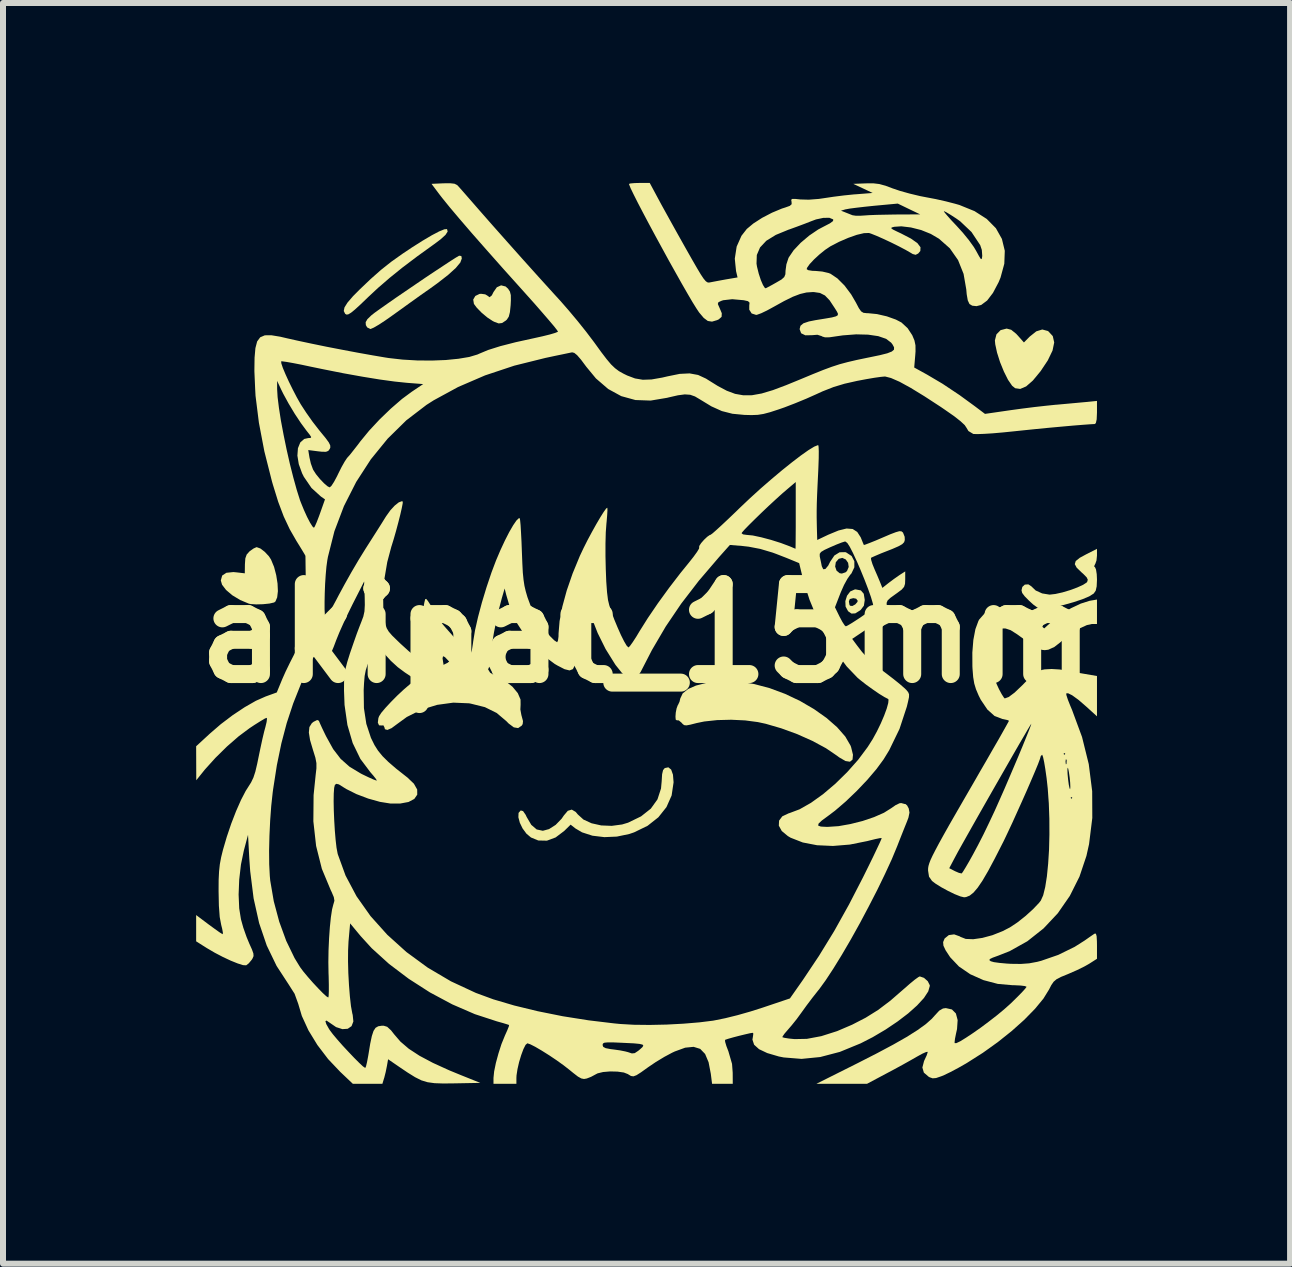
<source format=kicad_pcb>
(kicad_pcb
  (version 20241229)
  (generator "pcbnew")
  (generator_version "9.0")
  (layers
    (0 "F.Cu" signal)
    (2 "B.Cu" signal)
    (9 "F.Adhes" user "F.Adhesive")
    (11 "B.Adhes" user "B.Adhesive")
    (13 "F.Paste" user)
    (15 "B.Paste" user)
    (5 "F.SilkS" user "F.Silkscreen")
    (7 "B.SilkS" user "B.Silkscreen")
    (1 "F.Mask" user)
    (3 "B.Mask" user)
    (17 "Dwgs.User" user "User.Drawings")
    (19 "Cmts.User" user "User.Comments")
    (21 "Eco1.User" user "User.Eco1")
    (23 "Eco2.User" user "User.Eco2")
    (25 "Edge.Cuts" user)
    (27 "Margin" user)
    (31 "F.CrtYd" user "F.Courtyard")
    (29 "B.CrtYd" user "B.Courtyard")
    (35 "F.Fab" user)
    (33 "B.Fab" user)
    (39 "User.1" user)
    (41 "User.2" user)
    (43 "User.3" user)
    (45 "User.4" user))
  (footprint "akipat_15mm"
    (layer "F.Cu")
    (at 7.729 7.509)
    (property "Reference" "akipat_15mm" (at 0 0 0) (layer "F.SilkS") (effects (font (size 1.5 1.5) (thickness 0.3))))
    (attr board_only exclude_from_pos_files exclude_from_bom)
    (fp_poly (pts (xy -2.35 -5.783) (xy -2.309 -5.746) (xy -2.278 -5.698) (xy -2.263 -5.639) (xy -2.262 -5.552) (xy -2.266 -5.472) (xy -2.278 -5.355) (xy -2.297 -5.28) (xy -2.328 -5.232) (xy -2.346 -5.215) (xy -2.409 -5.174) (xy -2.466 -5.167) (xy -2.541 -5.195) (xy -2.566 -5.208) (xy -2.653 -5.265) (xy -2.748 -5.344) (xy -2.83 -5.428) (xy -2.878 -5.492) (xy -2.89 -5.565) (xy -2.855 -5.625) (xy -2.785 -5.659) (xy -2.758 -5.661) (xy -2.69 -5.652) (xy -2.654 -5.631) (xy -2.619 -5.604) (xy -2.58 -5.634) (xy -2.552 -5.69) (xy -2.496 -5.77) (xy -2.425 -5.802)) (stroke (width 0) (type solid)) (fill yes) (layer "F.SilkS"))
    (fp_poly (pts (xy 3.573 -0.716) (xy 3.621 -0.66) (xy 3.637 -0.559) (xy 3.637 -0.554) (xy 3.623 -0.461) (xy 3.573 -0.395) (xy 3.56 -0.383) (xy 3.479 -0.333) (xy 3.416 -0.33) (xy 3.36 -0.369) (xy 3.318 -0.446) (xy 3.314 -0.533) (xy 3.373 -0.533) (xy 3.382 -0.478) (xy 3.392 -0.461) (xy 3.43 -0.456) (xy 3.48 -0.483) (xy 3.515 -0.524) (xy 3.52 -0.544) (xy 3.494 -0.578) (xy 3.446 -0.587) (xy 3.388 -0.572) (xy 3.373 -0.533) (xy 3.314 -0.533) (xy 3.314 -0.538) (xy 3.342 -0.628) (xy 3.396 -0.699) (xy 3.471 -0.732) (xy 3.486 -0.733)) (stroke (width 0) (type solid)) (fill yes) (layer "F.SilkS"))
    (fp_poly (pts (xy 6.079 -5.061) (xy 6.161 -4.995) (xy 6.188 -4.966) (xy 6.291 -4.85) (xy 6.387 -4.947) (xy 6.497 -5.035) (xy 6.597 -5.066) (xy 6.69 -5.041) (xy 6.699 -5.035) (xy 6.772 -4.956) (xy 6.796 -4.85) (xy 6.768 -4.715) (xy 6.689 -4.551) (xy 6.569 -4.371) (xy 6.441 -4.216) (xy 6.328 -4.117) (xy 6.229 -4.075) (xy 6.145 -4.087) (xy 6.094 -4.128) (xy 6.026 -4.227) (xy 5.957 -4.365) (xy 5.893 -4.522) (xy 5.843 -4.68) (xy 5.813 -4.819) (xy 5.807 -4.884) (xy 5.833 -4.985) (xy 5.902 -5.055) (xy 6.002 -5.081) (xy 6.004 -5.081)) (stroke (width 0) (type solid)) (fill yes) (layer "F.SilkS"))
    (fp_poly (pts (xy -3.326 -6.738) (xy -3.316 -6.699) (xy -3.352 -6.643) (xy -3.435 -6.568) (xy -3.539 -6.49) (xy -3.826 -6.283) (xy -4.072 -6.097) (xy -4.285 -5.925) (xy -4.477 -5.759) (xy -4.638 -5.609) (xy -4.766 -5.486) (xy -4.86 -5.4) (xy -4.926 -5.346) (xy -4.971 -5.319) (xy -5.001 -5.314) (xy -5.023 -5.326) (xy -5.025 -5.328) (xy -5.048 -5.374) (xy -5.036 -5.434) (xy -4.986 -5.514) (xy -4.894 -5.621) (xy -4.788 -5.728) (xy -4.599 -5.908) (xy -4.428 -6.059) (xy -4.258 -6.194) (xy -4.068 -6.329) (xy -3.914 -6.432) (xy -3.734 -6.546) (xy -3.58 -6.637) (xy -3.458 -6.701) (xy -3.372 -6.736) (xy -3.328 -6.74)) (stroke (width 0) (type solid)) (fill yes) (layer "F.SilkS"))
    (fp_poly (pts (xy -6.438 -1.415) (xy -6.365 -1.359) (xy -6.296 -1.285) (xy -6.261 -1.231) (xy -6.21 -1.108) (xy -6.174 -0.97) (xy -6.152 -0.831) (xy -6.146 -0.704) (xy -6.158 -0.6) (xy -6.187 -0.532) (xy -6.209 -0.515) (xy -6.288 -0.497) (xy -6.396 -0.486) (xy -6.508 -0.483) (xy -6.6 -0.489) (xy -6.629 -0.495) (xy -6.775 -0.556) (xy -6.906 -0.635) (xy -7.01 -0.723) (xy -7.077 -0.811) (xy -7.098 -0.882) (xy -7.075 -0.964) (xy -7.005 -1.01) (xy -6.889 -1.022) (xy -6.835 -1.017) (xy -6.698 -1.001) (xy -6.696 -1.152) (xy -6.689 -1.251) (xy -6.666 -1.315) (xy -6.617 -1.369) (xy -6.616 -1.37) (xy -6.552 -1.415) (xy -6.503 -1.437) (xy -6.499 -1.437)) (stroke (width 0) (type solid)) (fill yes) (layer "F.SilkS"))
    (fp_poly (pts (xy -3.088 -6.291) (xy -3.08 -6.25) (xy -3.105 -6.182) (xy -3.181 -6.091) (xy -3.308 -5.976) (xy -3.488 -5.836) (xy -3.61 -5.748) (xy -3.764 -5.64) (xy -3.94 -5.514) (xy -4.115 -5.388) (xy -4.232 -5.304) (xy -4.354 -5.218) (xy -4.462 -5.147) (xy -4.548 -5.097) (xy -4.599 -5.075) (xy -4.604 -5.074) (xy -4.657 -5.1) (xy -4.68 -5.139) (xy -4.683 -5.188) (xy -4.654 -5.238) (xy -4.587 -5.303) (xy -4.536 -5.343) (xy -4.446 -5.408) (xy -4.325 -5.493) (xy -4.182 -5.593) (xy -4.022 -5.702) (xy -3.855 -5.816) (xy -3.689 -5.929) (xy -3.53 -6.035) (xy -3.386 -6.13) (xy -3.266 -6.209) (xy -3.178 -6.265) (xy -3.128 -6.294) (xy -3.123 -6.296)) (stroke (width 0) (type solid)) (fill yes) (layer "F.SilkS"))
    (fp_poly (pts (xy 1.609 0.815) (xy 1.795 0.845) (xy 2.052 0.913) (xy 2.31 1.009) (xy 2.559 1.127) (xy 2.792 1.263) (xy 3 1.41) (xy 3.176 1.564) (xy 3.312 1.719) (xy 3.4 1.87) (xy 3.41 1.897) (xy 3.441 2.023) (xy 3.434 2.104) (xy 3.391 2.14) (xy 3.316 2.128) (xy 3.211 2.067) (xy 3.175 2.04) (xy 2.991 1.915) (xy 2.765 1.793) (xy 2.512 1.68) (xy 2.246 1.583) (xy 1.985 1.507) (xy 1.855 1.479) (xy 1.643 1.451) (xy 1.41 1.44) (xy 1.176 1.446) (xy 0.962 1.469) (xy 0.836 1.495) (xy 0.73 1.522) (xy 0.665 1.534) (xy 0.627 1.53) (xy 0.601 1.51) (xy 0.583 1.489) (xy 0.537 1.451) (xy 0.503 1.449) (xy 0.486 1.438) (xy 0.482 1.388) (xy 0.487 1.319) (xy 0.501 1.249) (xy 0.521 1.196) (xy 0.526 1.19) (xy 0.55 1.138) (xy 0.562 1.086) (xy 0.602 1.001) (xy 0.692 0.928) (xy 0.824 0.87) (xy 0.989 0.828) (xy 1.18 0.804) (xy 1.39 0.799)) (stroke (width 0) (type solid)) (fill yes) (layer "F.SilkS"))
    (fp_poly (pts (xy 7.509 -1.297) (xy 7.501 -1.216) (xy 7.481 -1.159) (xy 7.477 -1.153) (xy 7.461 -1.118) (xy 7.477 -1.101) (xy 7.493 -1.064) (xy 7.505 -0.986) (xy 7.509 -0.897) (xy 7.504 -0.784) (xy 7.488 -0.712) (xy 7.456 -0.666) (xy 7.453 -0.663) (xy 7.38 -0.617) (xy 7.263 -0.568) (xy 7.118 -0.52) (xy 6.959 -0.475) (xy 6.8 -0.44) (xy 6.656 -0.417) (xy 6.563 -0.411) (xy 6.516 -0.43) (xy 6.446 -0.481) (xy 6.38 -0.541) (xy 6.302 -0.62) (xy 6.262 -0.674) (xy 6.251 -0.718) (xy 6.262 -0.766) (xy 6.265 -0.775) (xy 6.306 -0.813) (xy 6.365 -0.817) (xy 6.414 -0.785) (xy 6.415 -0.784) (xy 6.487 -0.715) (xy 6.595 -0.666) (xy 6.717 -0.646) (xy 6.723 -0.646) (xy 6.817 -0.657) (xy 6.934 -0.683) (xy 7.061 -0.721) (xy 7.18 -0.765) (xy 7.277 -0.809) (xy 7.337 -0.848) (xy 7.345 -0.858) (xy 7.356 -0.894) (xy 7.337 -0.934) (xy 7.281 -0.991) (xy 7.247 -1.021) (xy 7.17 -1.096) (xy 7.139 -1.154) (xy 7.155 -1.206) (xy 7.222 -1.26) (xy 7.331 -1.319) (xy 7.509 -1.409)) (stroke (width 0) (type solid)) (fill yes) (layer "F.SilkS"))
    (fp_poly (pts (xy 0.41 2.271) (xy 0.44 2.355) (xy 0.45 2.477) (xy 0.45 2.486) (xy 0.418 2.702) (xy 0.332 2.896) (xy 0.197 3.066) (xy 0.017 3.208) (xy -0.207 3.317) (xy -0.289 3.345) (xy -0.495 3.388) (xy -0.704 3.397) (xy -0.903 3.373) (xy -1.076 3.317) (xy -1.186 3.252) (xy -1.266 3.189) (xy -1.373 3.294) (xy -1.516 3.402) (xy -1.661 3.456) (xy -1.805 3.453) (xy -1.927 3.403) (xy -2.003 3.339) (xy -2.067 3.252) (xy -2.113 3.157) (xy -2.137 3.066) (xy -2.134 2.993) (xy -2.098 2.952) (xy -2.098 2.952) (xy -2.059 2.963) (xy -2.015 3.026) (xy -2 3.059) (xy -1.922 3.192) (xy -1.832 3.269) (xy -1.729 3.291) (xy -1.626 3.263) (xy -1.516 3.193) (xy -1.417 3.091) (xy -1.379 3.036) (xy -1.313 2.958) (xy -1.247 2.938) (xy -1.181 2.977) (xy -1.146 3.019) (xy -1.052 3.104) (xy -0.917 3.166) (xy -0.756 3.202) (xy -0.581 3.209) (xy -0.408 3.186) (xy -0.308 3.156) (xy -0.092 3.051) (xy 0.071 2.922) (xy 0.182 2.767) (xy 0.241 2.586) (xy 0.252 2.465) (xy 0.259 2.349) (xy 0.275 2.28) (xy 0.303 2.246) (xy 0.363 2.233)) (stroke (width 0) (type solid)) (fill yes) (layer "F.SilkS"))
    (fp_poly (pts (xy 7.509 -0.36) (xy 7.509 -0.156) (xy 7.423 -0.156) (xy 7.341 -0.138) (xy 7.231 -0.088) (xy 7.109 -0.016) (xy 6.989 0.069) (xy 6.897 0.15) (xy 6.798 0.227) (xy 6.699 0.272) (xy 6.686 0.274) (xy 6.638 0.28) (xy 6.591 0.275) (xy 6.537 0.255) (xy 6.466 0.215) (xy 6.369 0.151) (xy 6.237 0.058) (xy 6.176 0.014) (xy 6.07 -0.053) (xy 5.986 -0.081) (xy 5.941 -0.082) (xy 5.886 -0.071) (xy 5.852 -0.041) (xy 5.827 0.024) (xy 5.813 0.073) (xy 5.794 0.191) (xy 5.785 0.347) (xy 5.786 0.499) (xy 5.794 0.644) (xy 5.809 0.751) (xy 5.833 0.838) (xy 5.873 0.925) (xy 5.876 0.931) (xy 5.92 1.013) (xy 5.956 1.069) (xy 5.971 1.085) (xy 6.037 1.061) (xy 6.135 0.988) (xy 6.263 0.866) (xy 6.306 0.822) (xy 6.401 0.725) (xy 6.472 0.663) (xy 6.532 0.627) (xy 6.597 0.608) (xy 6.638 0.6) (xy 6.753 0.594) (xy 6.886 0.602) (xy 6.946 0.611) (xy 7.069 0.634) (xy 7.213 0.66) (xy 7.311 0.677) (xy 7.509 0.711) (xy 7.509 1.047) (xy 7.509 1.383) (xy 7.325 1.216) (xy 7.196 1.105) (xy 7.095 1.032) (xy 7.026 0.998) (xy 6.995 1.002) (xy 7 1.033) (xy 7.024 1.106) (xy 7.064 1.207) (xy 7.094 1.278) (xy 7.26 1.728) (xy 7.372 2.18) (xy 7.429 2.632) (xy 7.431 3.077) (xy 7.377 3.513) (xy 7.333 3.71) (xy 7.217 4.056) (xy 7.056 4.377) (xy 6.855 4.667) (xy 6.617 4.92) (xy 6.348 5.133) (xy 6.053 5.298) (xy 5.865 5.372) (xy 5.769 5.407) (xy 5.722 5.43) (xy 5.716 5.449) (xy 5.738 5.466) (xy 5.79 5.481) (xy 5.885 5.494) (xy 6.006 5.505) (xy 6.074 5.509) (xy 6.241 5.511) (xy 6.378 5.501) (xy 6.512 5.476) (xy 6.581 5.458) (xy 6.864 5.36) (xy 7.137 5.226) (xy 7.303 5.121) (xy 7.384 5.064) (xy 7.448 5.02) (xy 7.472 5.005) (xy 7.491 5.007) (xy 7.503 5.048) (xy 7.508 5.134) (xy 7.509 5.204) (xy 7.509 5.425) (xy 7.384 5.505) (xy 7.296 5.555) (xy 7.176 5.614) (xy 7.048 5.67) (xy 7.025 5.68) (xy 6.91 5.727) (xy 6.835 5.766) (xy 6.786 5.808) (xy 6.747 5.865) (xy 6.71 5.937) (xy 6.616 6.089) (xy 6.476 6.259) (xy 6.298 6.441) (xy 6.089 6.628) (xy 5.856 6.814) (xy 5.606 6.993) (xy 5.348 7.157) (xy 5.325 7.171) (xy 5.195 7.245) (xy 5.069 7.312) (xy 4.963 7.363) (xy 4.913 7.384) (xy 4.827 7.413) (xy 4.77 7.418) (xy 4.72 7.401) (xy 4.702 7.391) (xy 4.623 7.323) (xy 4.598 7.238) (xy 4.626 7.13) (xy 4.636 7.108) (xy 4.67 7.035) (xy 4.686 6.985) (xy 4.686 6.976) (xy 4.659 6.98) (xy 4.596 7.008) (xy 4.509 7.056) (xy 4.502 7.06) (xy 4.404 7.116) (xy 4.272 7.19) (xy 4.125 7.27) (xy 4.001 7.336) (xy 3.676 7.509) (xy 3.254 7.509) (xy 2.832 7.509) (xy 3.521 7.164) (xy 3.842 7) (xy 4.112 6.856) (xy 4.335 6.729) (xy 4.514 6.616) (xy 4.653 6.516) (xy 4.755 6.426) (xy 4.806 6.369) (xy 4.879 6.29) (xy 4.941 6.254) (xy 4.989 6.247) (xy 5.091 6.27) (xy 5.157 6.337) (xy 5.186 6.447) (xy 5.176 6.596) (xy 5.159 6.673) (xy 5.142 6.757) (xy 5.135 6.818) (xy 5.137 6.831) (xy 5.165 6.831) (xy 5.23 6.8) (xy 5.324 6.742) (xy 5.44 6.665) (xy 5.57 6.574) (xy 5.705 6.473) (xy 5.838 6.37) (xy 5.96 6.269) (xy 6.064 6.176) (xy 6.072 6.169) (xy 6.172 6.071) (xy 6.255 5.987) (xy 6.312 5.924) (xy 6.335 5.893) (xy 6.335 5.892) (xy 6.308 5.88) (xy 6.237 5.871) (xy 6.134 5.866) (xy 6.104 5.866) (xy 5.856 5.844) (xy 5.617 5.781) (xy 5.397 5.683) (xy 5.208 5.554) (xy 5.063 5.401) (xy 5.056 5.391) (xy 4.985 5.283) (xy 4.949 5.206) (xy 4.944 5.147) (xy 4.967 5.091) (xy 4.971 5.085) (xy 5.039 5.03) (xy 5.128 5.018) (xy 5.22 5.051) (xy 5.234 5.06) (xy 5.321 5.094) (xy 5.446 5.099) (xy 5.598 5.077) (xy 5.765 5.032) (xy 5.934 4.965) (xy 6.057 4.902) (xy 6.182 4.819) (xy 6.316 4.713) (xy 6.442 4.599) (xy 6.543 4.493) (xy 6.573 4.454) (xy 6.612 4.367) (xy 6.646 4.229) (xy 6.674 4.051) (xy 6.695 3.839) (xy 6.71 3.603) (xy 6.716 3.351) (xy 6.715 3.092) (xy 6.706 2.834) (xy 6.699 2.742) (xy 7.069 2.742) (xy 7.083 2.757) (xy 7.098 2.742) (xy 7.083 2.728) (xy 7.069 2.742) (xy 6.699 2.742) (xy 6.688 2.586) (xy 6.669 2.413) (xy 6.649 2.273) (xy 7.016 2.273) (xy 7.019 2.348) (xy 7.027 2.432) (xy 7.039 2.523) (xy 7.052 2.583) (xy 7.061 2.599) (xy 7.065 2.564) (xy 7.062 2.489) (xy 7.054 2.405) (xy 7.041 2.314) (xy 7.029 2.254) (xy 7.02 2.239) (xy 7.016 2.273) (xy 6.649 2.273) (xy 6.649 2.27) (xy 6.629 2.151) (xy 6.627 2.141) (xy 6.985 2.141) (xy 6.99 2.183) (xy 7 2.178) (xy 7.004 2.118) (xy 7 2.104) (xy 6.989 2.101) (xy 6.985 2.141) (xy 6.627 2.141) (xy 6.611 2.066) (xy 6.597 2.026) (xy 6.594 2.024) (xy 6.571 2.046) (xy 6.57 2.053) (xy 6.558 2.094) (xy 6.526 2.18) (xy 6.476 2.301) (xy 6.412 2.451) (xy 6.339 2.62) (xy 6.259 2.8) (xy 6.177 2.982) (xy 6.097 3.159) (xy 6.021 3.321) (xy 5.955 3.46) (xy 5.932 3.505) (xy 5.803 3.758) (xy 5.694 3.962) (xy 5.601 4.121) (xy 5.521 4.239) (xy 5.451 4.321) (xy 5.387 4.372) (xy 5.327 4.396) (xy 5.293 4.4) (xy 5.231 4.385) (xy 5.136 4.347) (xy 5.025 4.293) (xy 4.913 4.232) (xy 4.817 4.172) (xy 4.759 4.128) (xy 4.709 4.056) (xy 4.693 3.954) (xy 4.693 3.946) (xy 4.694 3.915) (xy 5.046 3.915) (xy 5.141 3.964) (xy 5.208 3.993) (xy 5.251 4.002) (xy 5.255 4.001) (xy 5.276 3.972) (xy 5.319 3.902) (xy 5.378 3.801) (xy 5.446 3.679) (xy 5.449 3.673) (xy 5.526 3.529) (xy 5.617 3.351) (xy 5.71 3.158) (xy 5.798 2.971) (xy 5.822 2.918) (xy 5.891 2.763) (xy 5.967 2.591) (xy 6.046 2.407) (xy 6.125 2.222) (xy 6.201 2.043) (xy 6.215 2.009) (xy 6.951 2.009) (xy 6.966 2.024) (xy 6.981 2.009) (xy 6.966 1.994) (xy 6.951 2.009) (xy 6.215 2.009) (xy 6.27 1.877) (xy 6.329 1.732) (xy 6.375 1.617) (xy 6.405 1.539) (xy 6.414 1.507) (xy 6.414 1.506) (xy 6.399 1.529) (xy 6.358 1.597) (xy 6.296 1.704) (xy 6.215 1.842) (xy 6.12 2.007) (xy 6.014 2.192) (xy 5.9 2.391) (xy 5.782 2.597) (xy 5.664 2.804) (xy 5.549 3.006) (xy 5.441 3.197) (xy 5.343 3.371) (xy 5.259 3.52) (xy 5.192 3.64) (xy 5.147 3.724) (xy 5.141 3.735) (xy 5.046 3.915) (xy 4.694 3.915) (xy 4.694 3.913) (xy 4.7 3.877) (xy 4.713 3.833) (xy 4.734 3.778) (xy 4.767 3.707) (xy 4.813 3.617) (xy 4.874 3.502) (xy 4.953 3.359) (xy 5.052 3.183) (xy 5.174 2.971) (xy 5.32 2.718) (xy 5.493 2.419) (xy 5.546 2.326) (xy 5.664 2.123) (xy 5.771 1.936) (xy 5.866 1.772) (xy 5.943 1.636) (xy 6 1.534) (xy 6.034 1.473) (xy 6.042 1.457) (xy 6.016 1.445) (xy 5.952 1.431) (xy 5.932 1.427) (xy 5.801 1.377) (xy 5.681 1.269) (xy 5.572 1.107) (xy 5.537 1.038) (xy 5.492 0.932) (xy 5.463 0.836) (xy 5.445 0.729) (xy 5.434 0.589) (xy 5.432 0.55) (xy 5.431 0.32) (xy 5.448 0.109) (xy 5.482 -0.07) (xy 5.532 -0.206) (xy 5.545 -0.23) (xy 5.646 -0.345) (xy 5.776 -0.415) (xy 5.928 -0.438) (xy 6.095 -0.415) (xy 6.272 -0.347) (xy 6.45 -0.234) (xy 6.505 -0.189) (xy 6.629 -0.083) (xy 6.778 -0.217) (xy 6.915 -0.323) (xy 7.075 -0.419) (xy 7.238 -0.496) (xy 7.383 -0.542) (xy 7.399 -0.545) (xy 7.509 -0.564)) (stroke (width 0) (type solid)) (fill yes) (layer "F.SilkS"))
    (fp_poly (pts (xy 0.191 -7.252) (xy 0.247 -7.148) (xy 0.326 -7.005) (xy 0.42 -6.835) (xy 0.523 -6.65) (xy 0.628 -6.463) (xy 0.655 -6.415) (xy 0.761 -6.228) (xy 0.843 -6.086) (xy 0.904 -5.984) (xy 0.95 -5.915) (xy 0.985 -5.873) (xy 1.012 -5.853) (xy 1.037 -5.848) (xy 1.056 -5.851) (xy 1.123 -5.864) (xy 1.224 -5.883) (xy 1.323 -5.901) (xy 1.517 -5.934) (xy 1.492 -6.039) (xy 1.479 -6.164) (xy 1.833 -6.164) (xy 1.841 -6.114) (xy 1.87 -5.997) (xy 1.905 -5.89) (xy 1.941 -5.807) (xy 1.972 -5.759) (xy 1.987 -5.753) (xy 2.023 -5.772) (xy 2.094 -5.81) (xy 2.163 -5.849) (xy 2.249 -5.899) (xy 2.295 -5.94) (xy 2.314 -5.986) (xy 2.317 -6.048) (xy 2.331 -6.152) (xy 2.366 -6.258) (xy 2.373 -6.271) (xy 2.452 -6.387) (xy 2.57 -6.512) (xy 2.712 -6.632) (xy 2.861 -6.733) (xy 2.95 -6.78) (xy 3.056 -6.835) (xy 3.109 -6.874) (xy 3.112 -6.901) (xy 3.112 -6.901) (xy 3.048 -6.928) (xy 2.948 -6.927) (xy 2.825 -6.901) (xy 2.742 -6.87) (xy 2.64 -6.83) (xy 2.509 -6.781) (xy 2.377 -6.733) (xy 2.369 -6.731) (xy 2.155 -6.643) (xy 1.996 -6.545) (xy 1.892 -6.434) (xy 1.838 -6.308) (xy 1.833 -6.164) (xy 1.479 -6.164) (xy 1.471 -6.248) (xy 1.502 -6.448) (xy 1.582 -6.628) (xy 1.671 -6.742) (xy 1.78 -6.833) (xy 1.926 -6.927) (xy 2.091 -7.013) (xy 2.172 -7.047) (xy 3.241 -7.047) (xy 3.314 -7.018) (xy 3.387 -6.989) (xy 3.432 -6.971) (xy 3.485 -6.963) (xy 3.572 -6.963) (xy 3.622 -6.966) (xy 3.708 -6.972) (xy 3.836 -6.977) (xy 3.989 -6.98) (xy 4.151 -6.983) (xy 4.165 -6.983) (xy 4.561 -6.985) (xy 4.449 -7.039) (xy 4.956 -7.039) (xy 4.966 -7.02) (xy 5.01 -6.967) (xy 5.08 -6.888) (xy 5.166 -6.797) (xy 5.273 -6.679) (xy 5.374 -6.555) (xy 5.456 -6.441) (xy 5.493 -6.379) (xy 5.543 -6.288) (xy 5.571 -6.243) (xy 5.586 -6.239) (xy 5.594 -6.272) (xy 5.596 -6.297) (xy 5.589 -6.393) (xy 5.562 -6.473) (xy 5.417 -6.691) (xy 5.227 -6.871) (xy 5.162 -6.917) (xy 5.071 -6.976) (xy 4.998 -7.02) (xy 4.959 -7.039) (xy 4.956 -7.039) (xy 4.449 -7.039) (xy 4.374 -7.075) (xy 4.188 -7.165) (xy 3.79 -7.128) (xy 3.637 -7.112) (xy 3.499 -7.096) (xy 3.39 -7.082) (xy 3.324 -7.07) (xy 3.317 -7.069) (xy 3.241 -7.047) (xy 2.172 -7.047) (xy 2.256 -7.082) (xy 2.31 -7.099) (xy 2.388 -7.127) (xy 2.419 -7.155) (xy 2.417 -7.194) (xy 2.417 -7.195) (xy 2.411 -7.228) (xy 2.427 -7.242) (xy 2.478 -7.243) (xy 2.563 -7.234) (xy 2.704 -7.23) (xy 2.874 -7.243) (xy 2.969 -7.257) (xy 3.117 -7.279) (xy 3.291 -7.301) (xy 3.458 -7.318) (xy 3.49 -7.32) (xy 3.769 -7.342) (xy 3.608 -7.418) (xy 3.446 -7.494) (xy 3.657 -7.502) (xy 3.779 -7.503) (xy 3.88 -7.491) (xy 3.986 -7.462) (xy 4.097 -7.42) (xy 4.227 -7.376) (xy 4.389 -7.331) (xy 4.56 -7.29) (xy 4.658 -7.271) (xy 4.821 -7.24) (xy 4.99 -7.202) (xy 5.141 -7.163) (xy 5.215 -7.142) (xy 5.468 -7.039) (xy 5.671 -6.909) (xy 5.824 -6.754) (xy 5.924 -6.576) (xy 5.972 -6.378) (xy 5.964 -6.162) (xy 5.901 -5.931) (xy 5.869 -5.854) (xy 5.775 -5.676) (xy 5.678 -5.549) (xy 5.579 -5.475) (xy 5.5 -5.455) (xy 5.429 -5.463) (xy 5.383 -5.491) (xy 5.355 -5.551) (xy 5.337 -5.654) (xy 5.33 -5.734) (xy 5.285 -5.993) (xy 5.193 -6.223) (xy 5.055 -6.42) (xy 4.875 -6.579) (xy 4.739 -6.659) (xy 4.578 -6.724) (xy 4.407 -6.767) (xy 4.247 -6.786) (xy 4.129 -6.778) (xy 4.088 -6.767) (xy 4.078 -6.755) (xy 4.106 -6.733) (xy 4.177 -6.698) (xy 4.243 -6.667) (xy 4.407 -6.582) (xy 4.515 -6.506) (xy 4.567 -6.437) (xy 4.564 -6.375) (xy 4.529 -6.333) (xy 4.486 -6.311) (xy 4.437 -6.324) (xy 4.404 -6.344) (xy 4.319 -6.393) (xy 4.205 -6.453) (xy 4.076 -6.517) (xy 3.946 -6.578) (xy 3.83 -6.629) (xy 3.742 -6.664) (xy 3.707 -6.675) (xy 3.624 -6.672) (xy 3.505 -6.644) (xy 3.363 -6.594) (xy 3.21 -6.528) (xy 3.064 -6.452) (xy 2.976 -6.393) (xy 2.881 -6.316) (xy 2.791 -6.233) (xy 2.719 -6.156) (xy 2.676 -6.095) (xy 2.669 -6.072) (xy 2.695 -6.055) (xy 2.763 -6.044) (xy 2.819 -6.042) (xy 2.929 -6.032) (xy 3.033 -6.008) (xy 3.067 -5.995) (xy 3.181 -5.918) (xy 3.3 -5.799) (xy 3.411 -5.651) (xy 3.489 -5.517) (xy 3.539 -5.422) (xy 3.577 -5.368) (xy 3.616 -5.344) (xy 3.669 -5.338) (xy 3.689 -5.338) (xy 3.841 -5.323) (xy 4.006 -5.285) (xy 4.157 -5.231) (xy 4.249 -5.183) (xy 4.352 -5.088) (xy 4.429 -4.971) (xy 4.466 -4.883) (xy 4.483 -4.802) (xy 4.484 -4.701) (xy 4.479 -4.633) (xy 4.462 -4.432) (xy 4.676 -4.314) (xy 4.935 -4.161) (xy 5.217 -3.973) (xy 5.468 -3.79) (xy 5.642 -3.659) (xy 6.069 -3.721) (xy 6.259 -3.747) (xy 6.465 -3.773) (xy 6.662 -3.795) (xy 6.827 -3.812) (xy 6.834 -3.812) (xy 6.989 -3.826) (xy 7.142 -3.84) (xy 7.272 -3.852) (xy 7.34 -3.858) (xy 7.509 -3.875) (xy 7.509 -3.682) (xy 7.504 -3.567) (xy 7.49 -3.505) (xy 7.472 -3.49) (xy 7.397 -3.486) (xy 7.274 -3.477) (xy 7.112 -3.464) (xy 6.922 -3.447) (xy 6.714 -3.428) (xy 6.497 -3.407) (xy 6.283 -3.385) (xy 6.13 -3.369) (xy 5.943 -3.35) (xy 5.772 -3.335) (xy 5.626 -3.326) (xy 5.516 -3.322) (xy 5.453 -3.324) (xy 5.446 -3.325) (xy 5.366 -3.373) (xy 5.335 -3.425) (xy 5.304 -3.472) (xy 5.234 -3.537) (xy 5.123 -3.624) (xy 4.965 -3.734) (xy 4.905 -3.775) (xy 4.632 -3.953) (xy 4.403 -4.093) (xy 4.217 -4.195) (xy 4.075 -4.257) (xy 3.978 -4.282) (xy 3.969 -4.282) (xy 3.905 -4.276) (xy 3.798 -4.261) (xy 3.663 -4.238) (xy 3.515 -4.21) (xy 3.514 -4.21) (xy 3.301 -4.162) (xy 3.118 -4.107) (xy 2.935 -4.035) (xy 2.83 -3.987) (xy 2.664 -3.913) (xy 2.477 -3.836) (xy 2.298 -3.767) (xy 2.203 -3.734) (xy 2.059 -3.687) (xy 1.949 -3.658) (xy 1.854 -3.643) (xy 1.751 -3.639) (xy 1.631 -3.642) (xy 1.432 -3.661) (xy 1.255 -3.706) (xy 1.08 -3.785) (xy 0.891 -3.9) (xy 0.807 -3.95) (xy 0.727 -3.978) (xy 0.637 -3.984) (xy 0.523 -3.969) (xy 0.37 -3.934) (xy 0.342 -3.927) (xy 0.068 -3.881) (xy -0.186 -3.89) (xy -0.422 -3.955) (xy -0.64 -4.074) (xy -0.844 -4.25) (xy -1.005 -4.445) (xy -1.093 -4.563) (xy -1.158 -4.638) (xy -1.205 -4.676) (xy -1.241 -4.685) (xy -1.247 -4.684) (xy -1.296 -4.674) (xy -1.391 -4.654) (xy -1.517 -4.628) (xy -1.662 -4.597) (xy -1.686 -4.592) (xy -2.205 -4.463) (xy -2.692 -4.301) (xy -3.142 -4.107) (xy -3.548 -3.886) (xy -3.669 -3.809) (xy -4.006 -3.551) (xy -4.317 -3.245) (xy -4.597 -2.901) (xy -4.841 -2.524) (xy -5.045 -2.122) (xy -5.204 -1.703) (xy -5.312 -1.275) (xy -5.322 -1.221) (xy -5.337 -1.112) (xy -5.349 -0.977) (xy -5.359 -0.826) (xy -5.365 -0.671) (xy -5.368 -0.526) (xy -5.368 -0.401) (xy -5.363 -0.308) (xy -5.353 -0.26) (xy -5.351 -0.258) (xy -5.333 -0.277) (xy -5.294 -0.34) (xy -5.238 -0.438) (xy -5.171 -0.562) (xy -5.133 -0.635) (xy -5.035 -0.816) (xy -4.92 -1.021) (xy -4.8 -1.225) (xy -4.69 -1.403) (xy -4.687 -1.408) (xy -4.592 -1.557) (xy -4.499 -1.703) (xy -4.416 -1.834) (xy -4.354 -1.934) (xy -4.339 -1.957) (xy -4.271 -2.052) (xy -4.198 -2.131) (xy -4.131 -2.184) (xy -4.08 -2.203) (xy -4.064 -2.197) (xy -4.066 -2.165) (xy -4.081 -2.088) (xy -4.106 -1.978) (xy -4.139 -1.848) (xy -4.176 -1.709) (xy -4.215 -1.573) (xy -4.252 -1.453) (xy -4.253 -1.452) (xy -4.323 -1.189) (xy -4.37 -0.911) (xy -4.392 -0.637) (xy -4.388 -0.383) (xy -4.369 -0.23) (xy -4.353 -0.149) (xy -4.332 -0.086) (xy -4.298 -0.029) (xy -4.242 0.036) (xy -4.155 0.121) (xy -4.101 0.173) (xy -3.963 0.298) (xy -3.851 0.391) (xy -3.768 0.449) (xy -3.719 0.468) (xy -3.71 0.464) (xy -3.709 0.433) (xy -3.71 0.417) (xy -3.401 0.417) (xy -3.387 0.507) (xy -3.384 0.524) (xy -3.351 0.596) (xy -3.294 0.616) (xy -3.237 0.593) (xy -3.232 0.559) (xy -3.274 0.492) (xy -3.303 0.457) (xy -3.362 0.395) (xy -3.393 0.381) (xy -3.401 0.417) (xy -3.71 0.417) (xy -3.714 0.357) (xy -3.723 0.249) (xy -3.729 0.191) (xy -3.743 -0.141) (xy -3.715 -0.456) (xy -3.705 -0.512) (xy -3.691 -0.569) (xy -3.674 -0.575) (xy -3.646 -0.541) (xy -3.607 -0.481) (xy -3.557 -0.395) (xy -3.535 -0.352) (xy -3.475 -0.255) (xy -3.395 -0.147) (xy -3.339 -0.082) (xy -3.25 0.018) (xy -3.151 0.136) (xy -3.083 0.222) (xy -3.012 0.309) (xy -2.964 0.349) (xy -2.933 0.34) (xy -2.912 0.28) (xy -2.894 0.165) (xy -2.89 0.132) (xy -2.86 -0.05) (xy -2.81 -0.271) (xy -2.745 -0.515) (xy -2.668 -0.769) (xy -2.585 -1.016) (xy -2.509 -1.217) (xy -2.436 -1.388) (xy -2.362 -1.547) (xy -2.29 -1.688) (xy -2.224 -1.802) (xy -2.169 -1.882) (xy -2.129 -1.92) (xy -2.114 -1.919) (xy -2.108 -1.885) (xy -2.1 -1.803) (xy -2.093 -1.681) (xy -2.085 -1.529) (xy -2.079 -1.369) (xy -2.071 -1.168) (xy -2.063 -1.013) (xy -2.051 -0.893) (xy -2.036 -0.794) (xy -2.015 -0.704) (xy -1.988 -0.611) (xy -1.985 -0.601) (xy -1.936 -0.468) (xy -1.878 -0.335) (xy -1.822 -0.229) (xy -1.817 -0.22) (xy -1.752 -0.126) (xy -1.677 -0.031) (xy -1.602 0.054) (xy -1.538 0.117) (xy -1.494 0.146) (xy -1.49 0.147) (xy -1.477 0.12) (xy -1.468 0.053) (xy -1.467 -0.001) (xy -1.45 -0.205) (xy -1.404 -0.446) (xy -1.331 -0.714) (xy -1.233 -0.998) (xy -1.113 -1.289) (xy -1.107 -1.302) (xy -1.05 -1.423) (xy -0.983 -1.556) (xy -0.91 -1.692) (xy -0.838 -1.821) (xy -0.771 -1.935) (xy -0.715 -2.024) (xy -0.674 -2.081) (xy -0.654 -2.095) (xy -0.654 -2.093) (xy -0.652 -2.052) (xy -0.657 -1.969) (xy -0.666 -1.86) (xy -0.669 -1.832) (xy -0.68 -1.684) (xy -0.685 -1.496) (xy -0.685 -1.287) (xy -0.68 -1.071) (xy -0.672 -0.865) (xy -0.659 -0.686) (xy -0.643 -0.557) (xy -0.622 -0.47) (xy -0.585 -0.356) (xy -0.537 -0.228) (xy -0.482 -0.096) (xy -0.427 0.028) (xy -0.375 0.132) (xy -0.332 0.205) (xy -0.303 0.234) (xy -0.302 0.235) (xy -0.277 0.211) (xy -0.231 0.147) (xy -0.17 0.053) (xy -0.118 -0.034) (xy 0.021 -0.255) (xy 0.189 -0.502) (xy 0.375 -0.758) (xy 0.567 -1.008) (xy 0.701 -1.173) (xy 0.781 -1.274) (xy 0.841 -1.357) (xy 0.875 -1.413) (xy 0.877 -1.433) (xy 0.878 -1.456) (xy 0.909 -1.504) (xy 0.958 -1.56) (xy 1.011 -1.61) (xy 1.054 -1.64) (xy 1.065 -1.642) (xy 1.093 -1.662) (xy 1.102 -1.669) (xy 1.584 -1.669) (xy 1.609 -1.65) (xy 1.666 -1.642) (xy 1.77 -1.632) (xy 1.911 -1.602) (xy 2.073 -1.559) (xy 2.238 -1.507) (xy 2.39 -1.45) (xy 2.483 -1.41) (xy 2.484 -1.437) (xy 2.485 -1.514) (xy 2.486 -1.632) (xy 2.487 -1.781) (xy 2.487 -1.953) (xy 2.487 -1.965) (xy 2.487 -2.523) (xy 2.351 -2.408) (xy 2.26 -2.33) (xy 2.153 -2.233) (xy 2.036 -2.125) (xy 1.918 -2.013) (xy 1.807 -1.905) (xy 1.71 -1.809) (xy 1.636 -1.733) (xy 1.592 -1.683) (xy 1.584 -1.669) (xy 1.102 -1.669) (xy 1.157 -1.717) (xy 1.249 -1.801) (xy 1.364 -1.909) (xy 1.495 -2.034) (xy 1.552 -2.09) (xy 1.722 -2.251) (xy 1.9 -2.413) (xy 2.081 -2.57) (xy 2.257 -2.718) (xy 2.423 -2.851) (xy 2.572 -2.965) (xy 2.698 -3.054) (xy 2.795 -3.113) (xy 2.857 -3.138) (xy 2.862 -3.138) (xy 2.868 -3.111) (xy 2.871 -3.035) (xy 2.87 -2.921) (xy 2.865 -2.779) (xy 2.862 -2.706) (xy 2.851 -2.482) (xy 2.843 -2.305) (xy 2.838 -2.163) (xy 2.836 -2.042) (xy 2.836 -1.932) (xy 2.838 -1.82) (xy 2.839 -1.768) (xy 2.845 -1.557) (xy 3.028 -1.644) (xy 3.2 -1.715) (xy 3.334 -1.748) (xy 3.436 -1.74) (xy 3.512 -1.691) (xy 3.57 -1.601) (xy 3.579 -1.579) (xy 3.606 -1.512) (xy 3.622 -1.475) (xy 3.623 -1.473) (xy 3.65 -1.481) (xy 3.721 -1.508) (xy 3.823 -1.549) (xy 3.933 -1.596) (xy 4.066 -1.653) (xy 4.156 -1.687) (xy 4.213 -1.703) (xy 4.247 -1.702) (xy 4.269 -1.686) (xy 4.276 -1.678) (xy 4.303 -1.61) (xy 4.305 -1.556) (xy 4.294 -1.52) (xy 4.262 -1.487) (xy 4.2 -1.452) (xy 4.097 -1.407) (xy 4.028 -1.38) (xy 3.911 -1.334) (xy 3.817 -1.294) (xy 3.756 -1.267) (xy 3.741 -1.258) (xy 3.744 -1.225) (xy 3.766 -1.154) (xy 3.801 -1.068) (xy 3.846 -0.965) (xy 3.884 -0.875) (xy 3.904 -0.826) (xy 3.931 -0.758) (xy 4.04 -0.844) (xy 4.127 -0.909) (xy 4.21 -0.967) (xy 4.231 -0.981) (xy 4.312 -1.033) (xy 4.312 -0.9) (xy 4.309 -0.826) (xy 4.293 -0.775) (xy 4.254 -0.73) (xy 4.179 -0.674) (xy 4.151 -0.654) (xy 4.065 -0.592) (xy 4.018 -0.548) (xy 4.002 -0.508) (xy 4.005 -0.457) (xy 4.007 -0.447) (xy 4.014 -0.392) (xy 4.005 -0.345) (xy 3.974 -0.298) (xy 3.915 -0.243) (xy 3.82 -0.173) (xy 3.687 -0.082) (xy 3.428 0.092) (xy 3.508 0.2) (xy 3.592 0.309) (xy 3.675 0.401) (xy 3.77 0.49) (xy 3.891 0.589) (xy 4.004 0.674) (xy 4.117 0.761) (xy 4.219 0.843) (xy 4.295 0.909) (xy 4.33 0.942) (xy 4.361 0.98) (xy 4.376 1.015) (xy 4.375 1.064) (xy 4.358 1.143) (xy 4.339 1.222) (xy 4.217 1.593) (xy 4.045 1.948) (xy 3.952 2.1) (xy 3.833 2.262) (xy 3.679 2.443) (xy 3.503 2.628) (xy 3.319 2.804) (xy 3.142 2.956) (xy 3.028 3.042) (xy 2.922 3.12) (xy 2.867 3.172) (xy 2.861 3.205) (xy 2.906 3.221) (xy 3.001 3.226) (xy 3.021 3.226) (xy 3.2 3.214) (xy 3.398 3.179) (xy 3.601 3.128) (xy 3.793 3.063) (xy 3.957 2.991) (xy 4.075 2.917) (xy 4.153 2.863) (xy 4.218 2.832) (xy 4.246 2.829) (xy 4.301 2.844) (xy 4.315 2.845) (xy 4.344 2.869) (xy 4.371 2.92) (xy 4.383 2.988) (xy 4.366 3.071) (xy 4.343 3.133) (xy 4.307 3.222) (xy 4.258 3.345) (xy 4.204 3.482) (xy 4.178 3.549) (xy 4.088 3.766) (xy 3.975 4.011) (xy 3.846 4.277) (xy 3.704 4.553) (xy 3.556 4.832) (xy 3.405 5.103) (xy 3.256 5.358) (xy 3.115 5.587) (xy 2.987 5.782) (xy 2.877 5.934) (xy 2.861 5.953) (xy 2.767 6.072) (xy 2.668 6.203) (xy 2.585 6.318) (xy 2.583 6.321) (xy 2.504 6.429) (xy 2.419 6.535) (xy 2.356 6.608) (xy 2.3 6.673) (xy 2.268 6.719) (xy 2.265 6.733) (xy 2.3 6.743) (xy 2.376 6.755) (xy 2.467 6.764) (xy 2.673 6.76) (xy 2.913 6.715) (xy 3.177 6.631) (xy 3.427 6.524) (xy 3.652 6.408) (xy 3.859 6.279) (xy 4.064 6.124) (xy 4.285 5.932) (xy 4.29 5.928) (xy 4.388 5.842) (xy 4.472 5.773) (xy 4.532 5.73) (xy 4.555 5.719) (xy 4.625 5.743) (xy 4.688 5.799) (xy 4.721 5.865) (xy 4.722 5.878) (xy 4.696 5.969) (xy 4.624 6.079) (xy 4.51 6.203) (xy 4.361 6.336) (xy 4.184 6.471) (xy 3.985 6.605) (xy 3.77 6.732) (xy 3.569 6.835) (xy 3.223 6.977) (xy 2.895 7.063) (xy 2.584 7.094) (xy 2.288 7.07) (xy 2.206 7.054) (xy 2.012 6.997) (xy 1.875 6.932) (xy 1.793 6.858) (xy 1.765 6.773) (xy 1.774 6.717) (xy 1.78 6.671) (xy 1.769 6.659) (xy 1.721 6.667) (xy 1.639 6.686) (xy 1.54 6.71) (xy 1.441 6.736) (xy 1.36 6.759) (xy 1.313 6.775) (xy 1.308 6.778) (xy 1.31 6.81) (xy 1.331 6.881) (xy 1.364 6.967) (xy 1.425 7.177) (xy 1.436 7.325) (xy 1.437 7.509) (xy 1.265 7.509) (xy 1.092 7.509) (xy 1.071 7.342) (xy 1.034 7.15) (xy 0.976 7.012) (xy 0.894 6.927) (xy 0.784 6.893) (xy 0.644 6.907) (xy 0.471 6.97) (xy 0.424 6.992) (xy 0.297 7.06) (xy 0.153 7.147) (xy 0.023 7.235) (xy 0.015 7.241) (xy -0.094 7.319) (xy -0.168 7.366) (xy -0.219 7.385) (xy -0.26 7.379) (xy -0.302 7.354) (xy -0.31 7.348) (xy -0.379 7.321) (xy -0.485 7.306) (xy -0.607 7.303) (xy -0.725 7.313) (xy -0.816 7.335) (xy -0.845 7.35) (xy -0.925 7.393) (xy -0.997 7.421) (xy -1.043 7.429) (xy -1.088 7.42) (xy -1.144 7.389) (xy -1.223 7.328) (xy -1.283 7.279) (xy -1.38 7.203) (xy -1.497 7.119) (xy -1.622 7.035) (xy -1.746 6.957) (xy -1.855 6.893) (xy -1.912 6.864) (xy -0.733 6.864) (xy -0.722 6.894) (xy -0.682 6.915) (xy -0.6 6.931) (xy -0.55 6.937) (xy -0.443 6.952) (xy -0.353 6.97) (xy -0.308 6.982) (xy -0.245 7.003) (xy -0.197 6.998) (xy -0.14 6.96) (xy -0.112 6.937) (xy -0.071 6.9) (xy -0.054 6.874) (xy -0.067 6.856) (xy -0.118 6.844) (xy -0.211 6.835) (xy -0.355 6.828) (xy -0.418 6.825) (xy -0.557 6.819) (xy -0.649 6.819) (xy -0.702 6.824) (xy -0.726 6.837) (xy -0.733 6.859) (xy -0.733 6.864) (xy -1.912 6.864) (xy -1.94 6.85) (xy -1.987 6.834) (xy -2.017 6.86) (xy -2.053 6.931) (xy -2.09 7.031) (xy -2.125 7.147) (xy -2.152 7.265) (xy -2.168 7.37) (xy -2.17 7.413) (xy -2.17 7.509) (xy -2.361 7.509) (xy -2.552 7.509) (xy -2.552 7.411) (xy -2.541 7.303) (xy -2.512 7.161) (xy -2.469 7.003) (xy -2.419 6.847) (xy -2.365 6.714) (xy -2.36 6.702) (xy -2.321 6.615) (xy -2.296 6.552) (xy -2.292 6.529) (xy -2.324 6.518) (xy -2.396 6.496) (xy -2.493 6.469) (xy -2.863 6.348) (xy -3.239 6.185) (xy -3.611 5.986) (xy -3.966 5.758) (xy -4.294 5.51) (xy -4.583 5.248) (xy -4.767 5.046) (xy -4.942 4.835) (xy -4.969 5.138) (xy -4.976 5.288) (xy -4.977 5.468) (xy -4.972 5.665) (xy -4.961 5.864) (xy -4.946 6.052) (xy -4.928 6.214) (xy -4.906 6.335) (xy -4.899 6.361) (xy -4.888 6.47) (xy -4.918 6.548) (xy -4.982 6.592) (xy -5.071 6.598) (xy -5.176 6.564) (xy -5.287 6.488) (xy -5.336 6.455) (xy -5.354 6.465) (xy -5.34 6.513) (xy -5.295 6.593) (xy -5.278 6.619) (xy -5.229 6.684) (xy -5.155 6.772) (xy -5.066 6.873) (xy -4.969 6.977) (xy -4.875 7.076) (xy -4.791 7.16) (xy -4.728 7.219) (xy -4.692 7.244) (xy -4.69 7.245) (xy -4.677 7.218) (xy -4.66 7.147) (xy -4.641 7.046) (xy -4.636 7.017) (xy -4.607 6.84) (xy -4.58 6.713) (xy -4.552 6.628) (xy -4.518 6.576) (xy -4.473 6.55) (xy -4.414 6.541) (xy -4.382 6.541) (xy -4.324 6.559) (xy -4.259 6.619) (xy -4.209 6.683) (xy -4.103 6.806) (xy -3.964 6.925) (xy -3.785 7.042) (xy -3.563 7.16) (xy -3.291 7.284) (xy -3.094 7.365) (xy -2.772 7.494) (xy -3.204 7.502) (xy -3.391 7.504) (xy -3.534 7.499) (xy -3.65 7.483) (xy -3.753 7.452) (xy -3.859 7.399) (xy -3.983 7.322) (xy -4.115 7.233) (xy -4.309 7.1) (xy -4.328 7.209) (xy -4.349 7.313) (xy -4.374 7.412) (xy -4.375 7.413) (xy -4.404 7.509) (xy -4.651 7.509) (xy -4.897 7.509) (xy -5.106 7.311) (xy -5.309 7.097) (xy -5.488 6.862) (xy -5.637 6.618) (xy -5.747 6.378) (xy -5.807 6.176) (xy -5.868 6.008) (xy -5.966 5.854) (xy -6.168 5.544) (xy -6.332 5.204) (xy -6.459 4.83) (xy -6.551 4.418) (xy -6.608 3.963) (xy -6.623 3.754) (xy -6.63 3.623) (xy -6.293 3.623) (xy -6.291 3.851) (xy -6.281 4.044) (xy -6.274 4.121) (xy -6.215 4.466) (xy -6.124 4.806) (xy -6.007 5.127) (xy -5.868 5.414) (xy -5.777 5.563) (xy -5.723 5.636) (xy -5.648 5.726) (xy -5.563 5.823) (xy -5.476 5.916) (xy -5.398 5.996) (xy -5.338 6.051) (xy -5.306 6.071) (xy -5.3 6.044) (xy -5.297 5.968) (xy -5.297 5.855) (xy -5.3 5.715) (xy -5.302 5.668) (xy -5.305 5.482) (xy -5.302 5.285) (xy -5.293 5.086) (xy -5.28 4.899) (xy -5.263 4.734) (xy -5.243 4.602) (xy -5.221 4.516) (xy -5.218 4.507) (xy -5.204 4.457) (xy -5.214 4.397) (xy -5.25 4.312) (xy -5.266 4.279) (xy -5.413 3.926) (xy -5.509 3.544) (xy -5.555 3.133) (xy -5.552 2.802) (xy -5.217 2.802) (xy -5.214 2.956) (xy -5.207 3.122) (xy -5.197 3.287) (xy -5.184 3.441) (xy -5.169 3.572) (xy -5.151 3.668) (xy -5.148 3.681) (xy -5.018 4.038) (xy -4.835 4.383) (xy -4.602 4.713) (xy -4.323 5.024) (xy -4.004 5.312) (xy -3.649 5.572) (xy -3.261 5.801) (xy -2.846 5.994) (xy -2.555 6.101) (xy -2.206 6.204) (xy -1.815 6.299) (xy -1.397 6.383) (xy -0.967 6.451) (xy -0.542 6.502) (xy -0.44 6.512) (xy -0.213 6.525) (xy 0.051 6.528) (xy 0.333 6.522) (xy 0.616 6.507) (xy 0.879 6.485) (xy 1.106 6.457) (xy 1.138 6.451) (xy 1.311 6.416) (xy 1.517 6.365) (xy 1.735 6.303) (xy 1.936 6.239) (xy 2.39 6.086) (xy 2.606 5.778) (xy 2.874 5.377) (xy 3.128 4.963) (xy 3.375 4.52) (xy 3.61 4.064) (xy 3.698 3.886) (xy 3.776 3.727) (xy 3.84 3.592) (xy 3.888 3.49) (xy 3.915 3.428) (xy 3.92 3.412) (xy 3.889 3.414) (xy 3.816 3.429) (xy 3.714 3.454) (xy 3.678 3.463) (xy 3.389 3.521) (xy 3.107 3.544) (xy 2.842 3.532) (xy 2.604 3.486) (xy 2.402 3.407) (xy 2.355 3.379) (xy 2.254 3.295) (xy 2.205 3.206) (xy 2.209 3.122) (xy 2.263 3.05) (xy 2.369 3) (xy 2.381 2.997) (xy 2.551 2.933) (xy 2.741 2.825) (xy 2.942 2.681) (xy 3.146 2.508) (xy 3.344 2.314) (xy 3.527 2.108) (xy 3.686 1.895) (xy 3.77 1.763) (xy 3.84 1.635) (xy 3.905 1.501) (xy 3.961 1.37) (xy 4.004 1.253) (xy 4.029 1.161) (xy 4.034 1.105) (xy 4.026 1.093) (xy 3.968 1.063) (xy 3.878 1.008) (xy 3.772 0.935) (xy 3.662 0.856) (xy 3.565 0.78) (xy 3.517 0.74) (xy 3.337 0.552) (xy 3.161 0.316) (xy 2.995 0.045) (xy 2.844 -0.251) (xy 2.717 -0.56) (xy 2.617 -0.872) (xy 2.595 -0.959) (xy 2.544 -1.171) (xy 2.335 -1.257) (xy 2.157 -1.326) (xy 2.887 -1.326) (xy 2.887 -1.286) (xy 2.89 -1.269) (xy 2.909 -1.181) (xy 2.921 -1.12) (xy 2.945 -1.069) (xy 2.981 -1.073) (xy 3.015 -1.114) (xy 3.144 -1.114) (xy 3.167 -1.046) (xy 3.219 -1.003) (xy 3.256 -0.997) (xy 3.318 -1.018) (xy 3.342 -1.04) (xy 3.37 -1.107) (xy 3.36 -1.176) (xy 3.321 -1.232) (xy 3.264 -1.258) (xy 3.204 -1.243) (xy 3.155 -1.186) (xy 3.144 -1.114) (xy 3.015 -1.114) (xy 3.028 -1.129) (xy 3.062 -1.196) (xy 3.131 -1.298) (xy 3.218 -1.352) (xy 3.314 -1.354) (xy 3.33 -1.348) (xy 3.419 -1.289) (xy 3.464 -1.202) (xy 3.464 -1.101) (xy 3.416 -1) (xy 3.394 -0.975) (xy 3.348 -0.909) (xy 3.292 -0.807) (xy 3.24 -0.69) (xy 3.23 -0.665) (xy 3.141 -0.435) (xy 3.219 -0.276) (xy 3.264 -0.192) (xy 3.302 -0.134) (xy 3.322 -0.117) (xy 3.356 -0.133) (xy 3.425 -0.174) (xy 3.518 -0.234) (xy 3.565 -0.265) (xy 3.662 -0.333) (xy 3.737 -0.39) (xy 3.778 -0.429) (xy 3.784 -0.438) (xy 3.772 -0.5) (xy 3.741 -0.605) (xy 3.693 -0.741) (xy 3.633 -0.897) (xy 3.565 -1.063) (xy 3.511 -1.188) (xy 3.441 -1.34) (xy 3.388 -1.443) (xy 3.348 -1.505) (xy 3.317 -1.53) (xy 3.305 -1.531) (xy 3.254 -1.515) (xy 3.169 -1.482) (xy 3.067 -1.438) (xy 3.064 -1.437) (xy 2.965 -1.391) (xy 2.909 -1.357) (xy 2.887 -1.326) (xy 2.157 -1.326) (xy 2.1 -1.347) (xy 1.895 -1.408) (xy 1.702 -1.445) (xy 1.596 -1.457) (xy 1.389 -1.474) (xy 1.209 -1.272) (xy 0.872 -0.878) (xy 0.578 -0.496) (xy 0.32 -0.115) (xy 0.089 0.279) (xy -0.098 0.642) (xy -0.159 0.731) (xy -0.23 0.764) (xy -0.313 0.742) (xy -0.408 0.663) (xy -0.516 0.528) (xy -0.526 0.513) (xy -0.683 0.261) (xy -0.815 -0.005) (xy -0.919 -0.27) (xy -0.986 -0.52) (xy -1.004 -0.631) (xy -1.011 -0.68) (xy -1.021 -0.685) (xy -1.037 -0.641) (xy -1.053 -0.587) (xy -1.127 -0.283) (xy -1.165 0.012) (xy -1.173 0.236) (xy -1.177 0.409) (xy -1.194 0.528) (xy -1.228 0.596) (xy -1.284 0.618) (xy -1.368 0.597) (xy -1.484 0.537) (xy -1.532 0.509) (xy -1.776 0.327) (xy -1.986 0.1) (xy -2.157 -0.166) (xy -2.288 -0.467) (xy -2.34 -0.645) (xy -2.366 -0.748) (xy -2.413 -0.587) (xy -2.461 -0.404) (xy -2.506 -0.206) (xy -2.545 -0.01) (xy -2.574 0.167) (xy -2.59 0.31) (xy -2.592 0.344) (xy -2.599 0.443) (xy -2.609 0.517) (xy -2.619 0.547) (xy -2.642 0.6) (xy -2.608 0.655) (xy -2.522 0.708) (xy -2.503 0.716) (xy -2.356 0.793) (xy -2.235 0.89) (xy -2.147 0.996) (xy -2.101 1.103) (xy -2.1 1.19) (xy -2.104 1.268) (xy -2.087 1.362) (xy -2.082 1.38) (xy -2.06 1.462) (xy -2.065 1.512) (xy -2.082 1.539) (xy -2.141 1.579) (xy -2.213 1.567) (xy -2.3 1.502) (xy -2.338 1.463) (xy -2.499 1.327) (xy -2.695 1.23) (xy -2.932 1.171) (xy -2.96 1.166) (xy -3.222 1.155) (xy -3.492 1.192) (xy -3.756 1.273) (xy -3.997 1.394) (xy -4.155 1.509) (xy -4.251 1.58) (xy -4.321 1.61) (xy -4.362 1.598) (xy -4.37 1.566) (xy -4.388 1.533) (xy -4.415 1.536) (xy -4.46 1.533) (xy -4.48 1.488) (xy -4.471 1.413) (xy -4.459 1.381) (xy -4.423 1.325) (xy -4.353 1.242) (xy -4.261 1.143) (xy -4.157 1.038) (xy -4.051 0.939) (xy -3.956 0.857) (xy -3.926 0.834) (xy -3.845 0.773) (xy -4.03 0.651) (xy -4.147 0.564) (xy -4.264 0.457) (xy -4.344 0.369) (xy -4.41 0.289) (xy -4.463 0.231) (xy -4.49 0.207) (xy -4.491 0.207) (xy -4.511 0.231) (xy -4.547 0.296) (xy -4.593 0.389) (xy -4.606 0.418) (xy -4.652 0.524) (xy -4.681 0.614) (xy -4.7 0.71) (xy -4.71 0.83) (xy -4.716 0.945) (xy -4.712 1.246) (xy -4.672 1.508) (xy -4.595 1.742) (xy -4.536 1.862) (xy -4.477 1.955) (xy -4.403 2.046) (xy -4.305 2.143) (xy -4.175 2.255) (xy -4.005 2.389) (xy -3.989 2.401) (xy -3.879 2.506) (xy -3.824 2.603) (xy -3.823 2.689) (xy -3.872 2.76) (xy -3.968 2.811) (xy -4.108 2.837) (xy -4.269 2.837) (xy -4.444 2.809) (xy -4.641 2.754) (xy -4.836 2.68) (xy -5.004 2.596) (xy -5.056 2.564) (xy -5.129 2.518) (xy -5.171 2.508) (xy -5.196 2.526) (xy -5.208 2.575) (xy -5.215 2.671) (xy -5.217 2.802) (xy -5.552 2.802) (xy -5.551 2.697) (xy -5.517 2.364) (xy -5.504 2.251) (xy -5.504 2.163) (xy -5.521 2.073) (xy -5.557 1.957) (xy -5.56 1.948) (xy -5.61 1.779) (xy -5.63 1.653) (xy -5.621 1.562) (xy -5.581 1.498) (xy -5.553 1.475) (xy -5.491 1.444) (xy -5.463 1.457) (xy -5.446 1.498) (xy -5.41 1.577) (xy -5.361 1.679) (xy -5.34 1.721) (xy -5.225 1.929) (xy -5.1 2.092) (xy -4.952 2.223) (xy -4.77 2.333) (xy -4.746 2.346) (xy -4.64 2.397) (xy -4.556 2.435) (xy -4.506 2.453) (xy -4.497 2.454) (xy -4.51 2.429) (xy -4.553 2.374) (xy -4.605 2.314) (xy -4.771 2.093) (xy -4.899 1.829) (xy -4.987 1.528) (xy -5.035 1.193) (xy -5.044 0.953) (xy -5.043 0.807) (xy -5.035 0.693) (xy -5.019 0.59) (xy -4.99 0.478) (xy -4.946 0.337) (xy -4.931 0.293) (xy -4.88 0.145) (xy -4.829 0.000314) (xy -4.783 -0.121) (xy -4.755 -0.192) (xy -4.722 -0.28) (xy -4.703 -0.367) (xy -4.697 -0.474) (xy -4.699 -0.603) (xy -4.708 -0.865) (xy -4.902 -0.484) (xy -4.98 -0.325) (xy -5.056 -0.163) (xy -5.122 -0.015) (xy -5.169 0.101) (xy -5.175 0.116) (xy -5.216 0.225) (xy -5.254 0.314) (xy -5.281 0.368) (xy -5.285 0.373) (xy -5.344 0.405) (xy -5.421 0.405) (xy -5.479 0.376) (xy -5.502 0.361) (xy -5.528 0.37) (xy -5.559 0.407) (xy -5.6 0.479) (xy -5.653 0.592) (xy -5.723 0.75) (xy -5.759 0.836) (xy -5.891 1.168) (xy -5.999 1.495) (xy -6.088 1.833) (xy -6.163 2.196) (xy -6.226 2.601) (xy -6.233 2.654) (xy -6.257 2.875) (xy -6.275 3.119) (xy -6.287 3.374) (xy -6.293 3.623) (xy -6.63 3.623) (xy -6.644 3.358) (xy -6.714 3.622) (xy -6.762 3.854) (xy -6.791 4.104) (xy -6.801 4.354) (xy -6.791 4.586) (xy -6.762 4.766) (xy -6.723 4.906) (xy -6.669 5.06) (xy -6.624 5.169) (xy -6.578 5.271) (xy -6.555 5.336) (xy -6.552 5.38) (xy -6.568 5.418) (xy -6.582 5.441) (xy -6.632 5.501) (xy -6.675 5.534) (xy -6.727 5.531) (xy -6.816 5.503) (xy -6.933 5.456) (xy -7.065 5.394) (xy -7.199 5.324) (xy -7.325 5.25) (xy -7.326 5.25) (xy -7.509 5.134) (xy -7.509 4.915) (xy -7.509 4.696) (xy -7.296 4.856) (xy -7.2 4.926) (xy -7.123 4.981) (xy -7.075 5.012) (xy -7.066 5.015) (xy -7.063 4.99) (xy -7.075 4.925) (xy -7.091 4.861) (xy -7.116 4.729) (xy -7.13 4.54) (xy -7.135 4.297) (xy -7.134 4.113) (xy -7.127 3.97) (xy -7.114 3.849) (xy -7.092 3.731) (xy -7.061 3.606) (xy -6.998 3.391) (xy -6.924 3.172) (xy -6.843 2.963) (xy -6.761 2.777) (xy -6.683 2.627) (xy -6.641 2.561) (xy -6.592 2.483) (xy -6.554 2.403) (xy -6.522 2.305) (xy -6.491 2.173) (xy -6.468 2.061) (xy -6.436 1.907) (xy -6.404 1.759) (xy -6.374 1.633) (xy -6.354 1.56) (xy -6.334 1.476) (xy -6.328 1.421) (xy -6.335 1.408) (xy -6.369 1.423) (xy -6.439 1.465) (xy -6.536 1.526) (xy -6.619 1.581) (xy -6.8 1.716) (xy -6.995 1.886) (xy -7.188 2.076) (xy -7.364 2.271) (xy -7.413 2.332) (xy -7.507 2.449) (xy -7.508 2.166) (xy -7.509 1.882) (xy -7.281 1.672) (xy -7.098 1.514) (xy -6.9 1.364) (xy -6.7 1.231) (xy -6.513 1.124) (xy -6.35 1.052) (xy -6.35 1.052) (xy -6.165 0.985) (xy -6.074 0.764) (xy -6.018 0.638) (xy -5.944 0.486) (xy -5.866 0.333) (xy -5.829 0.264) (xy -5.675 -0.015) (xy -5.68 -0.645) (xy -5.682 -0.832) (xy -5.683 -0.998) (xy -5.685 -1.135) (xy -5.686 -1.234) (xy -5.687 -1.286) (xy -5.687 -1.292) (xy -5.703 -1.322) (xy -5.744 -1.39) (xy -5.801 -1.483) (xy -5.837 -1.541) (xy -5.949 -1.736) (xy -6.049 -1.949) (xy -6.141 -2.193) (xy -6.23 -2.481) (xy -6.245 -2.533) (xy -6.372 -3.035) (xy -6.463 -3.513) (xy -6.519 -3.961) (xy -6.525 -4.072) (xy -6.159 -4.072) (xy -6.151 -3.938) (xy -6.129 -3.76) (xy -6.096 -3.548) (xy -6.052 -3.314) (xy -6.002 -3.07) (xy -5.947 -2.828) (xy -5.889 -2.598) (xy -5.832 -2.392) (xy -5.778 -2.221) (xy -5.764 -2.184) (xy -5.713 -2.059) (xy -5.66 -1.942) (xy -5.61 -1.846) (xy -5.569 -1.781) (xy -5.545 -1.76) (xy -5.529 -1.786) (xy -5.499 -1.854) (xy -5.461 -1.953) (xy -5.445 -1.997) (xy -5.361 -2.234) (xy -5.43 -2.282) (xy -5.586 -2.424) (xy -5.714 -2.611) (xy -5.743 -2.669) (xy -5.798 -2.821) (xy -5.821 -2.963) (xy -5.812 -3.087) (xy -5.773 -3.183) (xy -5.707 -3.241) (xy -5.64 -3.256) (xy -5.601 -3.258) (xy -5.591 -3.272) (xy -5.613 -3.308) (xy -5.669 -3.379) (xy -5.67 -3.38) (xy -5.762 -3.505) (xy -5.866 -3.662) (xy -5.968 -3.832) (xy -6.056 -3.993) (xy -6.09 -4.062) (xy -6.159 -4.209) (xy -6.159 -4.072) (xy -6.525 -4.072) (xy -6.538 -4.37) (xy -6.538 -4.385) (xy -6.536 -4.535) (xy -6.092 -4.535) (xy -6.089 -4.501) (xy -6.064 -4.426) (xy -6.02 -4.321) (xy -5.964 -4.198) (xy -5.899 -4.066) (xy -5.832 -3.937) (xy -5.767 -3.822) (xy -5.76 -3.811) (xy -5.674 -3.679) (xy -5.569 -3.53) (xy -5.462 -3.392) (xy -5.436 -3.36) (xy -5.35 -3.255) (xy -5.298 -3.184) (xy -5.274 -3.135) (xy -5.272 -3.099) (xy -5.281 -3.076) (xy -5.306 -3.042) (xy -5.344 -3.027) (xy -5.412 -3.028) (xy -5.477 -3.035) (xy -5.64 -3.056) (xy -5.62 -2.933) (xy -5.597 -2.832) (xy -5.564 -2.741) (xy -5.558 -2.727) (xy -5.511 -2.654) (xy -5.446 -2.574) (xy -5.376 -2.501) (xy -5.316 -2.45) (xy -5.282 -2.434) (xy -5.254 -2.459) (xy -5.211 -2.525) (xy -5.16 -2.62) (xy -5.14 -2.662) (xy -5.085 -2.772) (xy -5.033 -2.864) (xy -4.993 -2.924) (xy -4.985 -2.933) (xy -4.947 -2.975) (xy -4.886 -3.052) (xy -4.81 -3.149) (xy -4.772 -3.2) (xy -4.626 -3.378) (xy -4.451 -3.566) (xy -4.263 -3.747) (xy -4.077 -3.908) (xy -3.919 -4.025) (xy -3.724 -4.156) (xy -3.996 -4.177) (xy -4.198 -4.198) (xy -4.447 -4.232) (xy -4.735 -4.279) (xy -5.053 -4.336) (xy -5.39 -4.403) (xy -5.598 -4.446) (xy -5.758 -4.48) (xy -5.897 -4.507) (xy -6.005 -4.526) (xy -6.073 -4.535) (xy -6.092 -4.535) (xy -6.536 -4.535) (xy -6.535 -4.597) (xy -6.521 -4.756) (xy -6.492 -4.867) (xy -6.441 -4.936) (xy -6.364 -4.969) (xy -6.255 -4.97) (xy -6.109 -4.946) (xy -5.993 -4.919) (xy -5.81 -4.878) (xy -5.585 -4.83) (xy -5.332 -4.778) (xy -5.068 -4.727) (xy -4.808 -4.678) (xy -4.567 -4.635) (xy -4.361 -4.6) (xy -4.297 -4.59) (xy -4.067 -4.564) (xy -3.825 -4.55) (xy -3.581 -4.548) (xy -3.348 -4.557) (xy -3.136 -4.578) (xy -2.956 -4.608) (xy -2.819 -4.649) (xy -2.788 -4.663) (xy -2.642 -4.724) (xy -2.439 -4.788) (xy -2.182 -4.854) (xy -1.877 -4.921) (xy -1.733 -4.953) (xy -1.612 -4.983) (xy -1.524 -5.009) (xy -1.48 -5.027) (xy -1.477 -5.031) (xy -1.495 -5.059) (xy -1.547 -5.125) (xy -1.63 -5.223) (xy -1.738 -5.348) (xy -1.866 -5.495) (xy -2.011 -5.657) (xy -2.078 -5.732) (xy -2.395 -6.085) (xy -2.674 -6.4) (xy -2.915 -6.674) (xy -3.117 -6.909) (xy -3.28 -7.102) (xy -3.404 -7.255) (xy -3.453 -7.318) (xy -3.585 -7.494) (xy -3.387 -7.503) (xy -3.274 -7.504) (xy -3.202 -7.496) (xy -3.158 -7.474) (xy -3.142 -7.458) (xy -3.107 -7.419) (xy -3.041 -7.344) (xy -2.952 -7.242) (xy -2.849 -7.124) (xy -2.788 -7.054) (xy -2.573 -6.809) (xy -2.329 -6.534) (xy -2.069 -6.242) (xy -1.803 -5.946) (xy -1.542 -5.658) (xy -1.434 -5.54) (xy -1.298 -5.384) (xy -1.149 -5.206) (xy -1.006 -5.027) (xy -0.884 -4.866) (xy -0.872 -4.85) (xy -0.757 -4.691) (xy -0.666 -4.572) (xy -0.592 -4.484) (xy -0.526 -4.421) (xy -0.461 -4.372) (xy -0.388 -4.331) (xy -0.323 -4.299) (xy -0.193 -4.25) (xy -0.063 -4.228) (xy 0.083 -4.233) (xy 0.26 -4.264) (xy 0.351 -4.285) (xy 0.552 -4.326) (xy 0.717 -4.334) (xy 0.859 -4.308) (xy 0.991 -4.247) (xy 1.019 -4.229) (xy 1.188 -4.124) (xy 1.337 -4.045) (xy 1.476 -3.993) (xy 1.613 -3.969) (xy 1.757 -3.97) (xy 1.919 -3.999) (xy 2.106 -4.055) (xy 2.327 -4.138) (xy 2.566 -4.236) (xy 2.775 -4.323) (xy 2.944 -4.391) (xy 3.087 -4.444) (xy 3.219 -4.487) (xy 3.354 -4.523) (xy 3.504 -4.558) (xy 3.686 -4.596) (xy 3.716 -4.602) (xy 3.89 -4.638) (xy 4.013 -4.669) (xy 4.089 -4.699) (xy 4.125 -4.73) (xy 4.126 -4.769) (xy 4.1 -4.817) (xy 4.078 -4.846) (xy 3.994 -4.91) (xy 3.863 -4.955) (xy 3.693 -4.98) (xy 3.494 -4.985) (xy 3.272 -4.968) (xy 3.167 -4.953) (xy 3.05 -4.936) (xy 2.976 -4.935) (xy 2.931 -4.948) (xy 2.92 -4.955) (xy 2.849 -4.978) (xy 2.757 -4.971) (xy 2.647 -4.969) (xy 2.577 -5.003) (xy 2.552 -5.071) (xy 2.552 -5.074) (xy 2.566 -5.128) (xy 2.615 -5.169) (xy 2.707 -5.2) (xy 2.818 -5.222) (xy 2.979 -5.248) (xy 3.09 -5.267) (xy 3.157 -5.285) (xy 3.188 -5.304) (xy 3.19 -5.331) (xy 3.171 -5.369) (xy 3.137 -5.423) (xy 3.135 -5.426) (xy 3.051 -5.553) (xy 2.974 -5.633) (xy 2.891 -5.675) (xy 2.789 -5.69) (xy 2.769 -5.69) (xy 2.666 -5.683) (xy 2.56 -5.658) (xy 2.439 -5.612) (xy 2.293 -5.54) (xy 2.118 -5.443) (xy 2.008 -5.383) (xy 1.912 -5.337) (xy 1.843 -5.312) (xy 1.827 -5.309) (xy 1.752 -5.333) (xy 1.712 -5.396) (xy 1.712 -5.466) (xy 1.717 -5.513) (xy 1.691 -5.538) (xy 1.62 -5.554) (xy 1.62 -5.554) (xy 1.428 -5.571) (xy 1.278 -5.554) (xy 1.248 -5.544) (xy 1.198 -5.521) (xy 1.188 -5.491) (xy 1.213 -5.434) (xy 1.216 -5.428) (xy 1.254 -5.337) (xy 1.251 -5.277) (xy 1.204 -5.235) (xy 1.176 -5.222) (xy 1.091 -5.197) (xy 1.021 -5.208) (xy 0.953 -5.259) (xy 0.876 -5.35) (xy 0.832 -5.416) (xy 0.766 -5.522) (xy 0.684 -5.662) (xy 0.588 -5.829) (xy 0.483 -6.016) (xy 0.371 -6.216) (xy 0.258 -6.423) (xy 0.145 -6.63) (xy 0.038 -6.829) (xy -0.06 -7.014) (xy -0.146 -7.179) (xy -0.215 -7.316) (xy -0.265 -7.419) (xy -0.29 -7.481) (xy -0.293 -7.493) (xy -0.267 -7.501) (xy -0.198 -7.507) (xy -0.12 -7.509) (xy 0.053 -7.509)) (stroke (width 0) (type solid)) (fill yes) (layer "F.SilkS")))
  (gr_rect
    (start -3 -3)
    (end 18.457 18.017)
    (stroke (width 0.1) (type default))
    (fill no)
    (layer "Edge.Cuts")))
</source>
